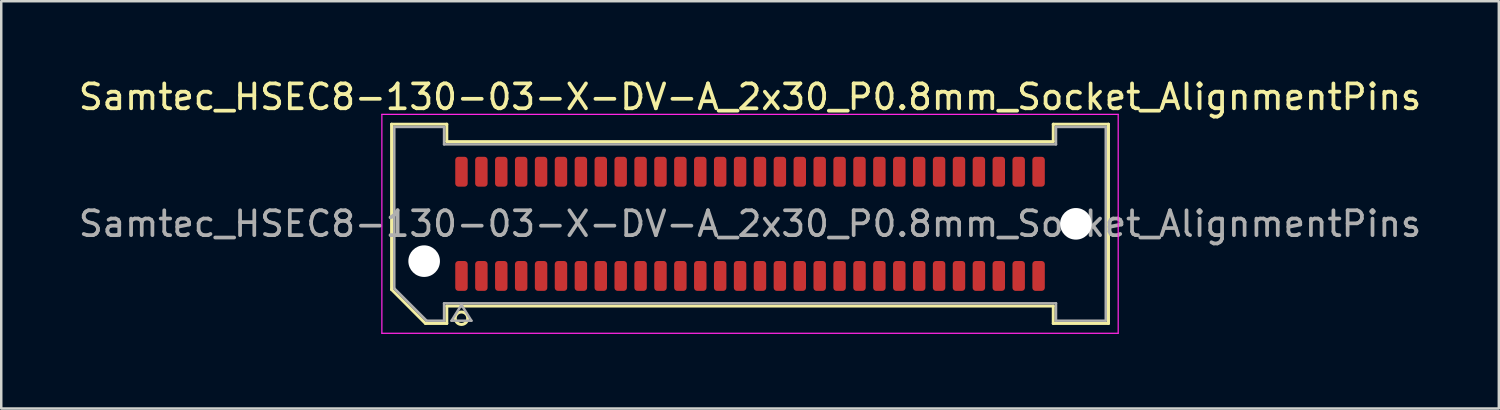
<source format=kicad_pcb>
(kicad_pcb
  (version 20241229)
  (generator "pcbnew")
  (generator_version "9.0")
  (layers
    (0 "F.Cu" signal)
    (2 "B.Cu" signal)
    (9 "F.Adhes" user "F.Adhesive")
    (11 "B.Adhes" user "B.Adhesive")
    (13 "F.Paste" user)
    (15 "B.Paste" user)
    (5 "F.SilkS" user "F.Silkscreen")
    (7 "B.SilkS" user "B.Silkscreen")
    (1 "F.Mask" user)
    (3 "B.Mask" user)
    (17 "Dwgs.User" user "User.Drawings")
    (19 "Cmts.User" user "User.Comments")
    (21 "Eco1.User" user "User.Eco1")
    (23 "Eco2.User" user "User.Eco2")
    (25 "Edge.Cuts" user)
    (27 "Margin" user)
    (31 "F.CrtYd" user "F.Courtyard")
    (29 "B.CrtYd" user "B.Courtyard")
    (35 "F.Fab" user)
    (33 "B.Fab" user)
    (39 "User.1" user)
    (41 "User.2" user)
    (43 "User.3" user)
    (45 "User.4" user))
  (footprint "Samtec_HSEC8-130-03-X-DV-A_2x30_P0.8mm_Socket_AlignmentPins"
    (layer "F.Cu")
    (at 27.101 5.948)
    (property "Reference" "Samtec_HSEC8-130-03-X-DV-A_2x30_P0.8mm_Socket_AlignmentPins" (at 0 -5.1 0) (layer "F.SilkS") (effects (font (size 1 1) (thickness 0.15))))
    (attr smd)
    (fp_line (start -14.41 -4.005) (end -12.19 -4.005) (stroke (width 0.12) (type solid)) (layer "F.SilkS"))
    (fp_line (start -14.41 2.641) (end -14.41 -4.005) (stroke (width 0.12) (type solid)) (layer "F.SilkS"))
    (fp_line (start -13.046 4.005) (end -14.41 2.641) (stroke (width 0.12) (type solid)) (layer "F.SilkS"))
    (fp_line (start -12.19 -4.005) (end -12.19 -3.305) (stroke (width 0.12) (type solid)) (layer "F.SilkS"))
    (fp_line (start -12.19 -3.305) (end 12.19 -3.305) (stroke (width 0.12) (type solid)) (layer "F.SilkS"))
    (fp_line (start -12.19 3.305) (end -12.19 4.005) (stroke (width 0.12) (type solid)) (layer "F.SilkS"))
    (fp_line (start -12.19 4.005) (end -13.046 4.005) (stroke (width 0.12) (type solid)) (layer "F.SilkS"))
    (fp_line (start 12.19 -4.005) (end 14.41 -4.005) (stroke (width 0.12) (type solid)) (layer "F.SilkS"))
    (fp_line (start 12.19 -3.305) (end 12.19 -4.005) (stroke (width 0.12) (type solid)) (layer "F.SilkS"))
    (fp_line (start 12.19 3.305) (end -12.19 3.305) (stroke (width 0.12) (type solid)) (layer "F.SilkS"))
    (fp_line (start 12.19 4.005) (end 12.19 3.305) (stroke (width 0.12) (type solid)) (layer "F.SilkS"))
    (fp_line (start 14.41 -4.005) (end 14.41 4.005) (stroke (width 0.12) (type solid)) (layer "F.SilkS"))
    (fp_line (start 14.41 4.005) (end 12.19 4.005) (stroke (width 0.12) (type solid)) (layer "F.SilkS"))
    (fp_circle (center -11.6 3.795) (end -11.35 3.795) (stroke (width 0.12) (type solid)) (fill no) (layer "F.SilkS"))
    (fp_line (start -14.8 -4.4) (end -14.8 4.4) (stroke (width 0.05) (type solid)) (layer "F.CrtYd"))
    (fp_line (start -14.8 4.4) (end 14.8 4.4) (stroke (width 0.05) (type solid)) (layer "F.CrtYd"))
    (fp_line (start 14.8 -4.4) (end -14.8 -4.4) (stroke (width 0.05) (type solid)) (layer "F.CrtYd"))
    (fp_line (start 14.8 4.4) (end 14.8 -4.4) (stroke (width 0.05) (type solid)) (layer "F.CrtYd"))
    (fp_line (start -14.3 -3.895) (end -12.3 -3.895) (stroke (width 0.1) (type solid)) (layer "F.Fab"))
    (fp_line (start -14.3 2.595) (end -14.3 -3.895) (stroke (width 0.1) (type solid)) (layer "F.Fab"))
    (fp_line (start -13 3.895) (end -14.3 2.595) (stroke (width 0.1) (type solid)) (layer "F.Fab"))
    (fp_line (start -12.3 -3.895) (end -12.3 -3.195) (stroke (width 0.1) (type solid)) (layer "F.Fab"))
    (fp_line (start -12.3 -3.195) (end 12.3 -3.195) (stroke (width 0.1) (type solid)) (layer "F.Fab"))
    (fp_line (start -12.3 3.195) (end -12.3 3.895) (stroke (width 0.1) (type solid)) (layer "F.Fab"))
    (fp_line (start -12.3 3.895) (end -13 3.895) (stroke (width 0.1) (type solid)) (layer "F.Fab"))
    (fp_line (start -12 3.895) (end -11.6 3.255) (stroke (width 0.1) (type solid)) (layer "F.Fab"))
    (fp_line (start -11.6 3.255) (end -11.2 3.895) (stroke (width 0.1) (type solid)) (layer "F.Fab"))
    (fp_line (start -11.2 3.895) (end -12 3.895) (stroke (width 0.1) (type solid)) (layer "F.Fab"))
    (fp_line (start 12.3 -3.895) (end 14.3 -3.895) (stroke (width 0.1) (type solid)) (layer "F.Fab"))
    (fp_line (start 12.3 -3.195) (end 12.3 -3.895) (stroke (width 0.1) (type solid)) (layer "F.Fab"))
    (fp_line (start 12.3 3.195) (end -12.3 3.195) (stroke (width 0.1) (type solid)) (layer "F.Fab"))
    (fp_line (start 12.3 3.895) (end 12.3 3.195) (stroke (width 0.1) (type solid)) (layer "F.Fab"))
    (fp_line (start 14.3 -3.895) (end 14.3 3.895) (stroke (width 0.1) (type solid)) (layer "F.Fab"))
    (fp_line (start 14.3 3.895) (end 12.3 3.895) (stroke (width 0.1) (type solid)) (layer "F.Fab"))
    (fp_text user "${REFERENCE}" (at 0 0 0) (layer "F.Fab") (effects (font (size 1 1) (thickness 0.15))))
    (pad "" np_thru_hole circle (at -13.1 1.5) (size 1.27 1.27) (drill 1.27) (layers "*.Cu" "*.Mask"))
    (pad "" np_thru_hole circle (at 13.1 0) (size 1.27 1.27) (drill 1.27) (layers "*.Cu" "*.Mask"))
    (pad "1" smd roundrect (at -11.6 2.095) (size 0.5 1.2) (layers "F.Cu" "F.Mask" "F.Paste") (roundrect_rratio 0.25))
    (pad "2" smd roundrect (at -11.6 -2.095) (size 0.5 1.2) (layers "F.Cu" "F.Mask" "F.Paste") (roundrect_rratio 0.25))
    (pad "3" smd roundrect (at -10.8 2.095) (size 0.5 1.2) (layers "F.Cu" "F.Mask" "F.Paste") (roundrect_rratio 0.25))
    (pad "4" smd roundrect (at -10.8 -2.095) (size 0.5 1.2) (layers "F.Cu" "F.Mask" "F.Paste") (roundrect_rratio 0.25))
    (pad "5" smd roundrect (at -10 2.095) (size 0.5 1.2) (layers "F.Cu" "F.Mask" "F.Paste") (roundrect_rratio 0.25))
    (pad "6" smd roundrect (at -10 -2.095) (size 0.5 1.2) (layers "F.Cu" "F.Mask" "F.Paste") (roundrect_rratio 0.25))
    (pad "7" smd roundrect (at -9.2 2.095) (size 0.5 1.2) (layers "F.Cu" "F.Mask" "F.Paste") (roundrect_rratio 0.25))
    (pad "8" smd roundrect (at -9.2 -2.095) (size 0.5 1.2) (layers "F.Cu" "F.Mask" "F.Paste") (roundrect_rratio 0.25))
    (pad "9" smd roundrect (at -8.4 2.095) (size 0.5 1.2) (layers "F.Cu" "F.Mask" "F.Paste") (roundrect_rratio 0.25))
    (pad "10" smd roundrect (at -8.4 -2.095) (size 0.5 1.2) (layers "F.Cu" "F.Mask" "F.Paste") (roundrect_rratio 0.25))
    (pad "11" smd roundrect (at -7.6 2.095) (size 0.5 1.2) (layers "F.Cu" "F.Mask" "F.Paste") (roundrect_rratio 0.25))
    (pad "12" smd roundrect (at -7.6 -2.095) (size 0.5 1.2) (layers "F.Cu" "F.Mask" "F.Paste") (roundrect_rratio 0.25))
    (pad "13" smd roundrect (at -6.8 2.095) (size 0.5 1.2) (layers "F.Cu" "F.Mask" "F.Paste") (roundrect_rratio 0.25))
    (pad "14" smd roundrect (at -6.8 -2.095) (size 0.5 1.2) (layers "F.Cu" "F.Mask" "F.Paste") (roundrect_rratio 0.25))
    (pad "15" smd roundrect (at -6 2.095) (size 0.5 1.2) (layers "F.Cu" "F.Mask" "F.Paste") (roundrect_rratio 0.25))
    (pad "16" smd roundrect (at -6 -2.095) (size 0.5 1.2) (layers "F.Cu" "F.Mask" "F.Paste") (roundrect_rratio 0.25))
    (pad "17" smd roundrect (at -5.2 2.095) (size 0.5 1.2) (layers "F.Cu" "F.Mask" "F.Paste") (roundrect_rratio 0.25))
    (pad "18" smd roundrect (at -5.2 -2.095) (size 0.5 1.2) (layers "F.Cu" "F.Mask" "F.Paste") (roundrect_rratio 0.25))
    (pad "19" smd roundrect (at -4.4 2.095) (size 0.5 1.2) (layers "F.Cu" "F.Mask" "F.Paste") (roundrect_rratio 0.25))
    (pad "20" smd roundrect (at -4.4 -2.095) (size 0.5 1.2) (layers "F.Cu" "F.Mask" "F.Paste") (roundrect_rratio 0.25))
    (pad "21" smd roundrect (at -3.6 2.095) (size 0.5 1.2) (layers "F.Cu" "F.Mask" "F.Paste") (roundrect_rratio 0.25))
    (pad "22" smd roundrect (at -3.6 -2.095) (size 0.5 1.2) (layers "F.Cu" "F.Mask" "F.Paste") (roundrect_rratio 0.25))
    (pad "23" smd roundrect (at -2.8 2.095) (size 0.5 1.2) (layers "F.Cu" "F.Mask" "F.Paste") (roundrect_rratio 0.25))
    (pad "24" smd roundrect (at -2.8 -2.095) (size 0.5 1.2) (layers "F.Cu" "F.Mask" "F.Paste") (roundrect_rratio 0.25))
    (pad "25" smd roundrect (at -2 2.095) (size 0.5 1.2) (layers "F.Cu" "F.Mask" "F.Paste") (roundrect_rratio 0.25))
    (pad "26" smd roundrect (at -2 -2.095) (size 0.5 1.2) (layers "F.Cu" "F.Mask" "F.Paste") (roundrect_rratio 0.25))
    (pad "27" smd roundrect (at -1.2 2.095) (size 0.5 1.2) (layers "F.Cu" "F.Mask" "F.Paste") (roundrect_rratio 0.25))
    (pad "28" smd roundrect (at -1.2 -2.095) (size 0.5 1.2) (layers "F.Cu" "F.Mask" "F.Paste") (roundrect_rratio 0.25))
    (pad "29" smd roundrect (at -0.4 2.095) (size 0.5 1.2) (layers "F.Cu" "F.Mask" "F.Paste") (roundrect_rratio 0.25))
    (pad "30" smd roundrect (at -0.4 -2.095) (size 0.5 1.2) (layers "F.Cu" "F.Mask" "F.Paste") (roundrect_rratio 0.25))
    (pad "31" smd roundrect (at 0.4 2.095) (size 0.5 1.2) (layers "F.Cu" "F.Mask" "F.Paste") (roundrect_rratio 0.25))
    (pad "32" smd roundrect (at 0.4 -2.095) (size 0.5 1.2) (layers "F.Cu" "F.Mask" "F.Paste") (roundrect_rratio 0.25))
    (pad "33" smd roundrect (at 1.2 2.095) (size 0.5 1.2) (layers "F.Cu" "F.Mask" "F.Paste") (roundrect_rratio 0.25))
    (pad "34" smd roundrect (at 1.2 -2.095) (size 0.5 1.2) (layers "F.Cu" "F.Mask" "F.Paste") (roundrect_rratio 0.25))
    (pad "35" smd roundrect (at 2 2.095) (size 0.5 1.2) (layers "F.Cu" "F.Mask" "F.Paste") (roundrect_rratio 0.25))
    (pad "36" smd roundrect (at 2 -2.095) (size 0.5 1.2) (layers "F.Cu" "F.Mask" "F.Paste") (roundrect_rratio 0.25))
    (pad "37" smd roundrect (at 2.8 2.095) (size 0.5 1.2) (layers "F.Cu" "F.Mask" "F.Paste") (roundrect_rratio 0.25))
    (pad "38" smd roundrect (at 2.8 -2.095) (size 0.5 1.2) (layers "F.Cu" "F.Mask" "F.Paste") (roundrect_rratio 0.25))
    (pad "39" smd roundrect (at 3.6 2.095) (size 0.5 1.2) (layers "F.Cu" "F.Mask" "F.Paste") (roundrect_rratio 0.25))
    (pad "40" smd roundrect (at 3.6 -2.095) (size 0.5 1.2) (layers "F.Cu" "F.Mask" "F.Paste") (roundrect_rratio 0.25))
    (pad "41" smd roundrect (at 4.4 2.095) (size 0.5 1.2) (layers "F.Cu" "F.Mask" "F.Paste") (roundrect_rratio 0.25))
    (pad "42" smd roundrect (at 4.4 -2.095) (size 0.5 1.2) (layers "F.Cu" "F.Mask" "F.Paste") (roundrect_rratio 0.25))
    (pad "43" smd roundrect (at 5.2 2.095) (size 0.5 1.2) (layers "F.Cu" "F.Mask" "F.Paste") (roundrect_rratio 0.25))
    (pad "44" smd roundrect (at 5.2 -2.095) (size 0.5 1.2) (layers "F.Cu" "F.Mask" "F.Paste") (roundrect_rratio 0.25))
    (pad "45" smd roundrect (at 6 2.095) (size 0.5 1.2) (layers "F.Cu" "F.Mask" "F.Paste") (roundrect_rratio 0.25))
    (pad "46" smd roundrect (at 6 -2.095) (size 0.5 1.2) (layers "F.Cu" "F.Mask" "F.Paste") (roundrect_rratio 0.25))
    (pad "47" smd roundrect (at 6.8 2.095) (size 0.5 1.2) (layers "F.Cu" "F.Mask" "F.Paste") (roundrect_rratio 0.25))
    (pad "48" smd roundrect (at 6.8 -2.095) (size 0.5 1.2) (layers "F.Cu" "F.Mask" "F.Paste") (roundrect_rratio 0.25))
    (pad "49" smd roundrect (at 7.6 2.095) (size 0.5 1.2) (layers "F.Cu" "F.Mask" "F.Paste") (roundrect_rratio 0.25))
    (pad "50" smd roundrect (at 7.6 -2.095) (size 0.5 1.2) (layers "F.Cu" "F.Mask" "F.Paste") (roundrect_rratio 0.25))
    (pad "51" smd roundrect (at 8.4 2.095) (size 0.5 1.2) (layers "F.Cu" "F.Mask" "F.Paste") (roundrect_rratio 0.25))
    (pad "52" smd roundrect (at 8.4 -2.095) (size 0.5 1.2) (layers "F.Cu" "F.Mask" "F.Paste") (roundrect_rratio 0.25))
    (pad "53" smd roundrect (at 9.2 2.095) (size 0.5 1.2) (layers "F.Cu" "F.Mask" "F.Paste") (roundrect_rratio 0.25))
    (pad "54" smd roundrect (at 9.2 -2.095) (size 0.5 1.2) (layers "F.Cu" "F.Mask" "F.Paste") (roundrect_rratio 0.25))
    (pad "55" smd roundrect (at 10 2.095) (size 0.5 1.2) (layers "F.Cu" "F.Mask" "F.Paste") (roundrect_rratio 0.25))
    (pad "56" smd roundrect (at 10 -2.095) (size 0.5 1.2) (layers "F.Cu" "F.Mask" "F.Paste") (roundrect_rratio 0.25))
    (pad "57" smd roundrect (at 10.8 2.095) (size 0.5 1.2) (layers "F.Cu" "F.Mask" "F.Paste") (roundrect_rratio 0.25))
    (pad "58" smd roundrect (at 10.8 -2.095) (size 0.5 1.2) (layers "F.Cu" "F.Mask" "F.Paste") (roundrect_rratio 0.25))
    (pad "59" smd roundrect (at 11.6 2.095) (size 0.5 1.2) (layers "F.Cu" "F.Mask" "F.Paste") (roundrect_rratio 0.25))
    (pad "60" smd roundrect (at 11.6 -2.095) (size 0.5 1.2) (layers "F.Cu" "F.Mask" "F.Paste") (roundrect_rratio 0.25)))
  (gr_rect
    (start -3 -3)
    (end 57.202 13.373)
    (stroke (width 0.1) (type default))
    (fill no)
    (layer "Edge.Cuts")))
</source>
